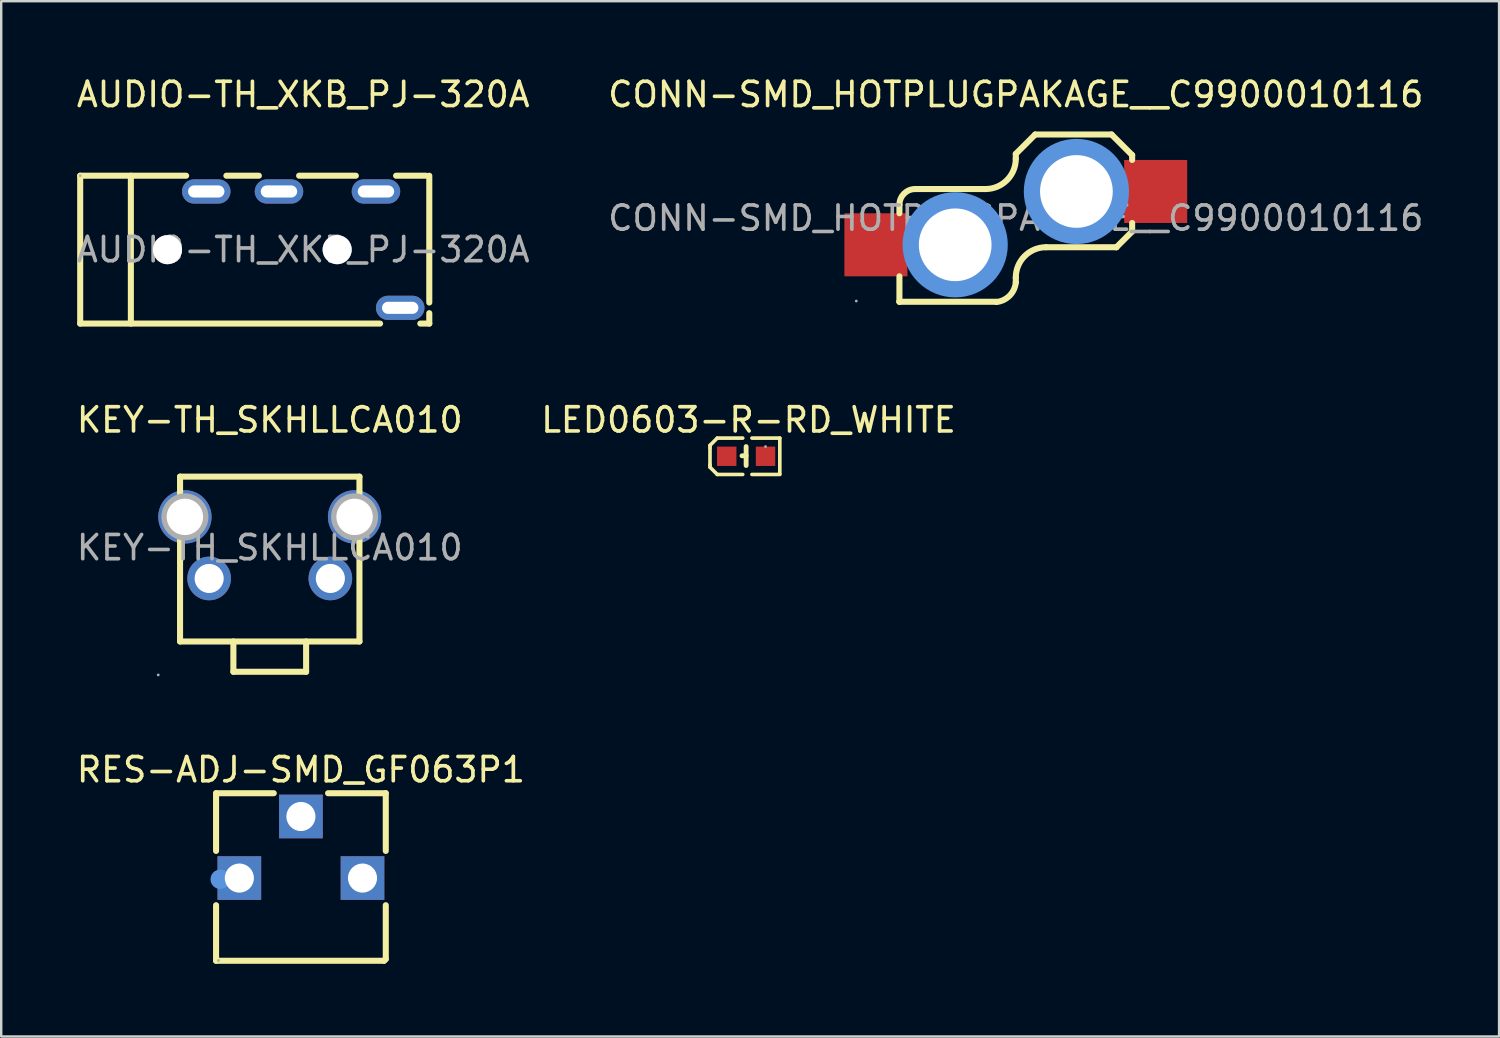
<source format=kicad_pcb>
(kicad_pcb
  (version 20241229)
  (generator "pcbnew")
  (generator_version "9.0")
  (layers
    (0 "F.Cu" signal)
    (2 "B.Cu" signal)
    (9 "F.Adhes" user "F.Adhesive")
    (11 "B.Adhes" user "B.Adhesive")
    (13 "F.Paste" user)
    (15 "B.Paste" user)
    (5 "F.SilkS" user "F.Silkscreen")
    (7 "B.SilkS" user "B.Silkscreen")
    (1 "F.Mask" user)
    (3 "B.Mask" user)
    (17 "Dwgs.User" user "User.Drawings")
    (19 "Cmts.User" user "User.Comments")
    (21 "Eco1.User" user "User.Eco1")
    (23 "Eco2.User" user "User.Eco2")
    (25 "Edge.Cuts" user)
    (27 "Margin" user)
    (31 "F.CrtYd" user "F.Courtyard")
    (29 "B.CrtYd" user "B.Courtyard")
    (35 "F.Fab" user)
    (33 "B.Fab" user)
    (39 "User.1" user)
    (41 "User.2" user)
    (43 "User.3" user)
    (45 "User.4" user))
  (footprint "LED0603-R-RD_WHITE"
    (layer "F.Cu")
    (at 27.727 15.771)
    (property "Reference" "LED0603-R-RD_WHITE" (at 0.1 -1.5 0) (layer "F.SilkS") (effects (font (size 1 1) (thickness 0.15))))
    (attr smd)
    (fp_line (start -1.49 -0.45) (end -1.19 -0.75) (stroke (width 0.15) (type solid)) (layer "F.SilkS"))
    (fp_line (start -1.49 -0.35) (end -1.49 -0.45) (stroke (width 0.15) (type solid)) (layer "F.SilkS"))
    (fp_line (start -1.49 -0.35) (end -1.49 0.35) (stroke (width 0.15) (type solid)) (layer "F.SilkS"))
    (fp_line (start -1.49 0.35) (end -1.49 0.45) (stroke (width 0.15) (type solid)) (layer "F.SilkS"))
    (fp_line (start -1.49 0.45) (end -1.19 0.75) (stroke (width 0.15) (type solid)) (layer "F.SilkS"))
    (fp_line (start -0.14 -0.75) (end -1.19 -0.75) (stroke (width 0.15) (type solid)) (layer "F.SilkS"))
    (fp_line (start -0.14 0.75) (end -1.19 0.75) (stroke (width 0.15) (type solid)) (layer "F.SilkS"))
    (fp_line (start 0 -0.02) (end -0.17 -0.02) (stroke (width 0.2) (type solid)) (layer "F.SilkS"))
    (fp_line (start 0 0.38) (end 0 -0.4) (stroke (width 0.2) (type solid)) (layer "F.SilkS"))
    (fp_line (start 0.24 -0.75) (end 1.39 -0.75) (stroke (width 0.15) (type solid)) (layer "F.SilkS"))
    (fp_line (start 0.24 0.75) (end 1.39 0.75) (stroke (width 0.15) (type solid)) (layer "F.SilkS"))
    (fp_line (start 1.39 -0.75) (end 1.39 0.73) (stroke (width 0.15) (type solid)) (layer "F.SilkS"))
    (fp_circle (center 0.8 -0.4) (end 0.83 -0.4) (stroke (width 0.06) (type solid)) (fill no) (layer "F.Fab"))
    (pad "1" smd rect (at 0.8 0 90) (size 0.8 0.8) (layers "F.Cu" "F.Mask" "F.Paste"))
    (pad "2" smd rect (at -0.8 0 90) (size 0.8 0.8) (layers "F.Cu" "F.Mask" "F.Paste")))
  (footprint "AUDIO-TH_XKB_PJ-320A"
    (layer "F.Cu")
    (at 9.458 7.248)
    (property "Reference" "AUDIO-TH_XKB_PJ-320A" (at 0 -6.4 0) (layer "F.SilkS") (effects (font (size 1 1) (thickness 0.15))))
    (attr through_hole)
    (fp_line (start -9.2 -3.05) (end -9.2 3.05) (stroke (width 0.25) (type solid)) (layer "F.SilkS"))
    (fp_line (start -9.2 -3.05) (end -4.83 -3.05) (stroke (width 0.25) (type solid)) (layer "F.SilkS"))
    (fp_line (start -9.2 3.05) (end 3.17 3.05) (stroke (width 0.25) (type solid)) (layer "F.SilkS"))
    (fp_line (start -7.11 -3.05) (end -7.11 3.05) (stroke (width 0.25) (type solid)) (layer "F.SilkS"))
    (fp_line (start -3.17 -3.05) (end -1.83 -3.05) (stroke (width 0.25) (type solid)) (layer "F.SilkS"))
    (fp_line (start -0.17 -3.05) (end 2.17 -3.05) (stroke (width 0.25) (type solid)) (layer "F.SilkS"))
    (fp_line (start 3.83 -3.05) (end 5.07 -3.05) (stroke (width 0.25) (type solid)) (layer "F.SilkS"))
    (fp_line (start 4.83 3.05) (end 5.2 3.05) (stroke (width 0.25) (type solid)) (layer "F.SilkS"))
    (fp_line (start 5.2 2.18) (end 5.2 -3.05) (stroke (width 0.25) (type solid)) (layer "F.SilkS"))
    (fp_line (start 5.2 3.05) (end 5.2 2.62) (stroke (width 0.25) (type solid)) (layer "F.SilkS"))
    (fp_circle (center -5.6 0) (end -5.41 0) (stroke (width 0.38) (type solid)) (fill no) (layer "Cmts.User"))
    (fp_circle (center 1.4 0) (end 1.59 0) (stroke (width 0.38) (type solid)) (fill no) (layer "Cmts.User"))
    (fp_circle (center -9.2 -3.05) (end -9.17 -3.05) (stroke (width 0.06) (type solid)) (fill no) (layer "F.Fab"))
    (fp_text user "${REFERENCE}" (at 0 0 0) (layer "F.Fab") (effects (font (size 1 1) (thickness 0.15))))
    (pad "" thru_hole circle (at -5.6 0) (size 1.2 1.2) (drill 1.2) (layers "*.Cu" "*.Mask"))
    (pad "" thru_hole circle (at 1.4 0) (size 1.2 1.2) (drill 1.2) (layers "*.Cu" "*.Mask"))
    (pad "2" thru_hole oval (at -4 -2.4 90) (size 1 2) (drill oval 0.5 1.5) (layers "*.Cu" "*.Mask"))
    (pad "3" thru_hole oval (at -1 -2.4 90) (size 1 2) (drill oval 0.5 1.5) (layers "*.Cu" "*.Mask"))
    (pad "4" thru_hole oval (at 3 -2.4 90) (size 1 2) (drill oval 0.5 1.5) (layers "*.Cu" "*.Mask"))
    (pad "5" thru_hole oval (at 4 2.4 90) (size 1 2) (drill oval 0.5 1.5) (layers "*.Cu" "*.Mask")))
  (footprint "KEY-TH_SKHLLCA010"
    (layer "F.Cu")
    (at 8.077 19.541)
    (property "Reference" "KEY-TH_SKHLLCA010" (at 0 -5.27 0) (layer "F.SilkS") (effects (font (size 1 1) (thickness 0.15))))
    (attr through_hole)
    (fp_line (start -3.7 -2.93) (end 3.7 -2.93) (stroke (width 0.25) (type solid)) (layer "F.SilkS"))
    (fp_line (start -3.7 3.87) (end -3.7 -2.93) (stroke (width 0.25) (type solid)) (layer "F.SilkS"))
    (fp_line (start -1.5 5.12) (end -1.5 3.87) (stroke (width 0.25) (type solid)) (layer "F.SilkS"))
    (fp_line (start -1.5 5.12) (end 1.5 5.12) (stroke (width 0.25) (type solid)) (layer "F.SilkS"))
    (fp_line (start 1.5 5.12) (end 1.5 3.87) (stroke (width 0.25) (type solid)) (layer "F.SilkS"))
    (fp_line (start 3.7 -2.93) (end 3.7 3.87) (stroke (width 0.25) (type solid)) (layer "F.SilkS"))
    (fp_line (start 3.7 3.87) (end -3.7 3.87) (stroke (width 0.25) (type solid)) (layer "F.SilkS"))
    (fp_circle (center -4.6 5.25) (end -4.57 5.25) (stroke (width 0.06) (type solid)) (fill no) (layer "F.Fab"))
    (fp_circle (center -3.5 -1.27) (end -3.18 -1.27) (stroke (width 0.65) (type solid)) (fill no) (layer "F.Fab"))
    (fp_circle (center -2.5 1.27) (end -2.25 1.27) (stroke (width 0.5) (type solid)) (fill no) (layer "F.Fab"))
    (fp_circle (center 2.5 1.27) (end 2.75 1.27) (stroke (width 0.5) (type solid)) (fill no) (layer "F.Fab"))
    (fp_circle (center 3.5 -1.27) (end 3.82 -1.27) (stroke (width 0.65) (type solid)) (fill no) (layer "F.Fab"))
    (fp_text user "${REFERENCE}" (at 0 0 0) (layer "F.Fab") (effects (font (size 1 1) (thickness 0.15))))
    (pad "0" thru_hole circle (at -3.5 -1.27) (size 2.2 2.2) (drill 1.5) (layers "*.Cu" "*.Mask"))
    (pad "0" thru_hole circle (at 3.5 -1.27) (size 2.2 2.2) (drill 1.5) (layers "*.Cu" "*.Mask"))
    (pad "1" thru_hole circle (at -2.5 1.27) (size 1.8 1.8) (drill 1.2) (layers "*.Cu" "*.Mask"))
    (pad "2" thru_hole circle (at 2.5 1.27) (size 1.8 1.8) (drill 1.2) (layers "*.Cu" "*.Mask")))
  (footprint "RES-ADJ-SMD_GF063P1"
    (layer "F.Cu")
    (at 9.363 31.9)
    (property "Reference" "RES-ADJ-SMD_GF063P1" (at 0 -3.2 0) (layer "F.SilkS") (effects (font (size 1 1) (thickness 0.15))))
    (attr smd)
    (fp_line (start -3.5 -2.23) (end -1.12 -2.23) (stroke (width 0.25) (type solid)) (layer "F.SilkS"))
    (fp_line (start -3.5 0.15) (end -3.5 -2.23) (stroke (width 0.25) (type solid)) (layer "F.SilkS"))
    (fp_line (start -3.5 2.39) (end -3.5 4.68) (stroke (width 0.25) (type solid)) (layer "F.SilkS"))
    (fp_line (start -3.5 4.68) (end 3.43 4.68) (stroke (width 0.25) (type solid)) (layer "F.SilkS"))
    (fp_line (start 1.12 -2.23) (end 3.5 -2.23) (stroke (width 0.25) (type solid)) (layer "F.SilkS"))
    (fp_line (start 3.43 4.68) (end 3.5 4.61) (stroke (width 0.25) (type solid)) (layer "F.SilkS"))
    (fp_line (start 3.5 -2.23) (end 3.5 0.15) (stroke (width 0.25) (type solid)) (layer "F.SilkS"))
    (fp_line (start 3.5 4.61) (end 3.5 2.39) (stroke (width 0.25) (type solid)) (layer "F.SilkS"))
    (fp_circle (center -3.33 1.32) (end -3.13 1.32) (stroke (width 0.4) (type solid)) (fill no) (layer "Cmts.User"))
    (fp_circle (center -3.4 4.67) (end -3.37 4.67) (stroke (width 0.06) (type solid)) (fill no) (layer "F.Fab"))
    (pad "1" thru_hole rect (at -2.54 1.27) (size 1.8 1.8) (drill 1.2) (layers "*.Cu" "*.Mask"))
    (pad "2" thru_hole rect (at 0 -1.27) (size 1.8 1.8) (drill 1.2) (layers "*.Cu" "*.Mask"))
    (pad "3" thru_hole rect (at 2.54 1.27) (size 1.8 1.8) (drill 1.2) (layers "*.Cu" "*.Mask")))
  (footprint "CONN-SMD_HOTPLUGPAKAGE__C9900010116"
    (layer "F.Cu")
    (at 38.851 5.948)
    (property "Reference" "CONN-SMD_HOTPLUGPAKAGE__C9900010116" (at 0 -5.1 0) (layer "F.SilkS") (effects (font (size 1 1) (thickness 0.15))))
    (attr smd)
    (fp_line (start -4.8 -0.55) (end -4.8 -0.2) (stroke (width 0.25) (type solid)) (layer "F.SilkS"))
    (fp_line (start -4.8 2.4) (end -4.8 3.45) (stroke (width 0.25) (type solid)) (layer "F.SilkS"))
    (fp_line (start -4.8 3.45) (end -4.8 3.45) (stroke (width 0.25) (type solid)) (layer "F.SilkS"))
    (fp_line (start -4.8 3.45) (end -0.8 3.45) (stroke (width 0.25) (type solid)) (layer "F.SilkS"))
    (fp_line (start -1.25 -1.2) (end -4.15 -1.2) (stroke (width 0.25) (type solid)) (layer "F.SilkS"))
    (fp_line (start 0 -2.65) (end 0 -2.45) (stroke (width 0.25) (type solid)) (layer "F.SilkS"))
    (fp_line (start 0 2.65) (end 0 2.45) (stroke (width 0.25) (type solid)) (layer "F.SilkS"))
    (fp_line (start 0.8 -3.45) (end 0 -2.65) (stroke (width 0.25) (type solid)) (layer "F.SilkS"))
    (fp_line (start 1.25 1.2) (end 4.15 1.2) (stroke (width 0.25) (type solid)) (layer "F.SilkS"))
    (fp_line (start 3.95 -3.45) (end 0.8 -3.45) (stroke (width 0.25) (type solid)) (layer "F.SilkS"))
    (fp_line (start 4.15 1.2) (end 4.15 1.2) (stroke (width 0.25) (type solid)) (layer "F.SilkS"))
    (fp_line (start 4.8 -2.6) (end 3.95 -3.45) (stroke (width 0.25) (type solid)) (layer "F.SilkS"))
    (fp_line (start 4.8 -2.4) (end 4.8 -2.6) (stroke (width 0.25) (type solid)) (layer "F.SilkS"))
    (fp_line (start 4.8 0.55) (end 4.15 1.2) (stroke (width 0.25) (type solid)) (layer "F.SilkS"))
    (fp_line (start 4.8 0.55) (end 4.8 0.2) (stroke (width 0.25) (type solid)) (layer "F.SilkS"))
    (fp_arc (start -4.8 -0.55) (mid -4.609619 -1.009619) (end -4.15 -1.2) (stroke (width 0.25) (type solid)) (layer "F.SilkS"))
    (fp_arc (start 0 -2.45) (mid -0.366117 -1.566117) (end -1.25 -1.2) (stroke (width 0.25) (type solid)) (layer "F.SilkS"))
    (fp_arc (start 0 2.45) (mid 0.366117 1.566117) (end 1.25 1.2) (stroke (width 0.25) (type solid)) (layer "F.SilkS"))
    (fp_arc (start 0 2.65) (mid -0.253757 3.197451) (end -0.797624 3.458801) (stroke (width 0.25) (type solid)) (layer "F.SilkS"))
    (fp_circle (center -2.5 1.1) (end -1.78 1.1) (stroke (width 1.45) (type solid)) (fill no) (layer "Cmts.User"))
    (fp_circle (center 2.5 -1.1) (end 3.22 -1.1) (stroke (width 1.45) (type solid)) (fill no) (layer "Cmts.User"))
    (fp_circle (center -6.58 3.42) (end -6.55 3.42) (stroke (width 0.06) (type solid)) (fill no) (layer "F.Fab"))
    (fp_text user "${REFERENCE}" (at 0 0 0) (layer "F.Fab") (effects (font (size 1 1) (thickness 0.15))))
    (pad "" thru_hole circle (at -2.5 1.1) (size 3 3) (drill 3) (layers "*.Cu" "*.Mask"))
    (pad "" thru_hole circle (at 2.5 -1.1) (size 3 3) (drill 3) (layers "*.Cu" "*.Mask"))
    (pad "1" smd rect (at -5.77 1.1) (size 2.6 2.6) (layers "F.Cu" "F.Mask" "F.Paste"))
    (pad "2" smd rect (at 5.77 -1.1) (size 2.6 2.6) (layers "F.Cu" "F.Mask" "F.Paste")))
  (gr_rect
    (start -3 -3)
    (end 58.786 39.705)
    (stroke (width 0.1) (type default))
    (fill no)
    (layer "Edge.Cuts")))
</source>
